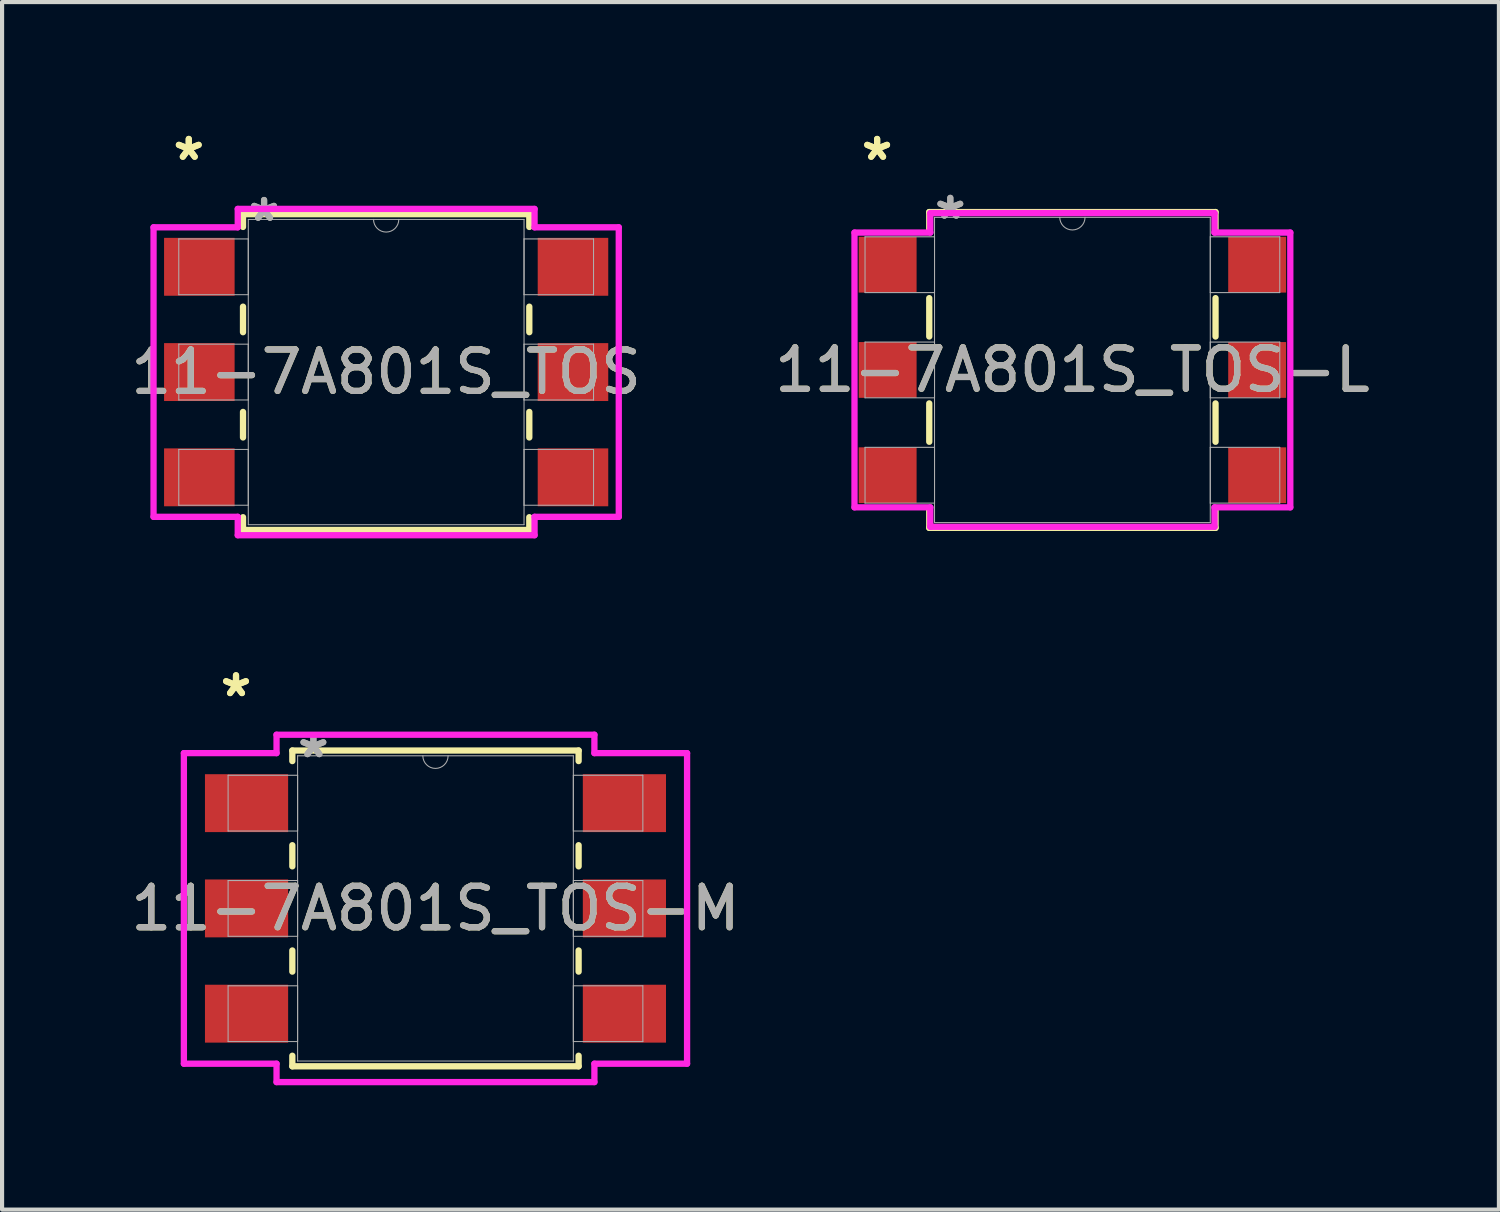
<source format=kicad_pcb>
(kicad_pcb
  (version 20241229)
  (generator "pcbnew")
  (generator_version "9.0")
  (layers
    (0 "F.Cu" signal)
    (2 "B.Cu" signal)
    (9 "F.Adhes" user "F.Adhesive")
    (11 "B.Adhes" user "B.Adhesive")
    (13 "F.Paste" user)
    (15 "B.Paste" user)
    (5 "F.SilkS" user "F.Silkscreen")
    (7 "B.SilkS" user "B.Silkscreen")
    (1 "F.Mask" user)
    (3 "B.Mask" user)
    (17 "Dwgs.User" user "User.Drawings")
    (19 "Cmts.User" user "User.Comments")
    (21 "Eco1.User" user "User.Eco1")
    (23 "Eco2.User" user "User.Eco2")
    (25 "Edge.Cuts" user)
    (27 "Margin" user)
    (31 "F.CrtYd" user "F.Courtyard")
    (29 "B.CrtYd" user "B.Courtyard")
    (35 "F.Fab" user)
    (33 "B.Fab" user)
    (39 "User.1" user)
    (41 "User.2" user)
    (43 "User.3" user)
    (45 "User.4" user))
  (footprint "11-7A801S_TOS"
    (layer "F.Cu")
    (at 6.268 5.928)
    (property "Reference" "11-7A801S_TOS" (at 0 0 0) (unlocked yes) (layer "F.SilkS") (effects (font (size 1 1) (thickness 0.15))))
    (attr smd)
    (fp_line (start -3.454 -3.81) (end -3.454 -3.502) (stroke (width 0.152) (type solid)) (layer "F.SilkS"))
    (fp_line (start -3.454 -1.578) (end -3.454 -0.962) (stroke (width 0.152) (type solid)) (layer "F.SilkS"))
    (fp_line (start -3.454 0.962) (end -3.454 1.578) (stroke (width 0.152) (type solid)) (layer "F.SilkS"))
    (fp_line (start -3.454 3.502) (end -3.454 3.81) (stroke (width 0.152) (type solid)) (layer "F.SilkS"))
    (fp_line (start -3.454 3.81) (end 3.454 3.81) (stroke (width 0.152) (type solid)) (layer "F.SilkS"))
    (fp_line (start 3.454 -3.81) (end -3.454 -3.81) (stroke (width 0.152) (type solid)) (layer "F.SilkS"))
    (fp_line (start 3.454 -3.502) (end 3.454 -3.81) (stroke (width 0.152) (type solid)) (layer "F.SilkS"))
    (fp_line (start 3.454 -0.962) (end 3.454 -1.578) (stroke (width 0.152) (type solid)) (layer "F.SilkS"))
    (fp_line (start 3.454 1.578) (end 3.454 0.962) (stroke (width 0.152) (type solid)) (layer "F.SilkS"))
    (fp_line (start 3.454 3.81) (end 3.454 3.502) (stroke (width 0.152) (type solid)) (layer "F.SilkS"))
    (fp_line (start -5.613 -3.493) (end -3.581 -3.493) (stroke (width 0.152) (type solid)) (layer "F.CrtYd"))
    (fp_line (start -5.613 3.493) (end -5.613 -3.493) (stroke (width 0.152) (type solid)) (layer "F.CrtYd"))
    (fp_line (start -5.613 3.493) (end -3.581 3.493) (stroke (width 0.152) (type solid)) (layer "F.CrtYd"))
    (fp_line (start -3.581 -3.937) (end 3.581 -3.937) (stroke (width 0.152) (type solid)) (layer "F.CrtYd"))
    (fp_line (start -3.581 -3.493) (end -3.581 -3.937) (stroke (width 0.152) (type solid)) (layer "F.CrtYd"))
    (fp_line (start -3.581 3.937) (end -3.581 3.493) (stroke (width 0.152) (type solid)) (layer "F.CrtYd"))
    (fp_line (start 3.581 -3.937) (end 3.581 -3.493) (stroke (width 0.152) (type solid)) (layer "F.CrtYd"))
    (fp_line (start 3.581 3.493) (end 3.581 3.937) (stroke (width 0.152) (type solid)) (layer "F.CrtYd"))
    (fp_line (start 3.581 3.937) (end -3.581 3.937) (stroke (width 0.152) (type solid)) (layer "F.CrtYd"))
    (fp_line (start 5.613 -3.493) (end 3.581 -3.493) (stroke (width 0.152) (type solid)) (layer "F.CrtYd"))
    (fp_line (start 5.613 -3.493) (end 5.613 3.493) (stroke (width 0.152) (type solid)) (layer "F.CrtYd"))
    (fp_line (start 5.613 3.493) (end 3.581 3.493) (stroke (width 0.152) (type solid)) (layer "F.CrtYd"))
    (fp_line (start -5.004 -3.213) (end -5.004 -1.867) (stroke (width 0.025) (type solid)) (layer "F.Fab"))
    (fp_line (start -5.004 -1.867) (end -3.327 -1.867) (stroke (width 0.025) (type solid)) (layer "F.Fab"))
    (fp_line (start -5.004 -0.673) (end -5.004 0.673) (stroke (width 0.025) (type solid)) (layer "F.Fab"))
    (fp_line (start -5.004 0.673) (end -3.327 0.673) (stroke (width 0.025) (type solid)) (layer "F.Fab"))
    (fp_line (start -5.004 1.867) (end -5.004 3.213) (stroke (width 0.025) (type solid)) (layer "F.Fab"))
    (fp_line (start -5.004 3.213) (end -3.327 3.213) (stroke (width 0.025) (type solid)) (layer "F.Fab"))
    (fp_line (start -3.327 -3.683) (end -3.327 3.683) (stroke (width 0.025) (type solid)) (layer "F.Fab"))
    (fp_line (start -3.327 -3.213) (end -5.004 -3.213) (stroke (width 0.025) (type solid)) (layer "F.Fab"))
    (fp_line (start -3.327 -1.867) (end -3.327 -3.213) (stroke (width 0.025) (type solid)) (layer "F.Fab"))
    (fp_line (start -3.327 -0.673) (end -5.004 -0.673) (stroke (width 0.025) (type solid)) (layer "F.Fab"))
    (fp_line (start -3.327 0.673) (end -3.327 -0.673) (stroke (width 0.025) (type solid)) (layer "F.Fab"))
    (fp_line (start -3.327 1.867) (end -5.004 1.867) (stroke (width 0.025) (type solid)) (layer "F.Fab"))
    (fp_line (start -3.327 3.213) (end -3.327 1.867) (stroke (width 0.025) (type solid)) (layer "F.Fab"))
    (fp_line (start -3.327 3.683) (end 3.327 3.683) (stroke (width 0.025) (type solid)) (layer "F.Fab"))
    (fp_line (start 3.327 -3.683) (end -3.327 -3.683) (stroke (width 0.025) (type solid)) (layer "F.Fab"))
    (fp_line (start 3.327 -3.213) (end 3.327 -1.867) (stroke (width 0.025) (type solid)) (layer "F.Fab"))
    (fp_line (start 3.327 -1.867) (end 5.004 -1.867) (stroke (width 0.025) (type solid)) (layer "F.Fab"))
    (fp_line (start 3.327 -0.673) (end 3.327 0.673) (stroke (width 0.025) (type solid)) (layer "F.Fab"))
    (fp_line (start 3.327 0.673) (end 5.004 0.673) (stroke (width 0.025) (type solid)) (layer "F.Fab"))
    (fp_line (start 3.327 1.867) (end 3.327 3.213) (stroke (width 0.025) (type solid)) (layer "F.Fab"))
    (fp_line (start 3.327 3.213) (end 5.004 3.213) (stroke (width 0.025) (type solid)) (layer "F.Fab"))
    (fp_line (start 3.327 3.683) (end 3.327 -3.683) (stroke (width 0.025) (type solid)) (layer "F.Fab"))
    (fp_line (start 5.004 -3.213) (end 3.327 -3.213) (stroke (width 0.025) (type solid)) (layer "F.Fab"))
    (fp_line (start 5.004 -1.867) (end 5.004 -3.213) (stroke (width 0.025) (type solid)) (layer "F.Fab"))
    (fp_line (start 5.004 -0.673) (end 3.327 -0.673) (stroke (width 0.025) (type solid)) (layer "F.Fab"))
    (fp_line (start 5.004 0.673) (end 5.004 -0.673) (stroke (width 0.025) (type solid)) (layer "F.Fab"))
    (fp_line (start 5.004 1.867) (end 3.327 1.867) (stroke (width 0.025) (type solid)) (layer "F.Fab"))
    (fp_line (start 5.004 3.213) (end 5.004 1.867) (stroke (width 0.025) (type solid)) (layer "F.Fab"))
    (fp_arc (start 0.3048 -3.683) (mid 0 -3.3782) (end -0.3048 -3.683) (stroke (width 0.0254) (type solid)) (layer "F.Fab"))
    (fp_text user "*" (at -4.763 -5.08 0) (layer "F.SilkS") (effects (font (size 1 1) (thickness 0.15))))
    (fp_text user "*" (at -4.763 -5.08 0) (unlocked yes) (layer "F.SilkS") (effects (font (size 1 1) (thickness 0.15))))
    (fp_text user "${REFERENCE}" (at 0 0 0) (unlocked yes) (layer "F.Fab") (effects (font (size 1 1) (thickness 0.15))))
    (fp_text user "*" (at -2.946 -3.607 0) (unlocked yes) (layer "F.Fab") (effects (font (size 1 1) (thickness 0.15))))
    (fp_text user "*" (at -2.946 -3.607 0) (layer "F.Fab") (effects (font (size 1 1) (thickness 0.15))))
    (pad "1" smd rect (at -4.508 -2.54) (size 1.702 1.397) (layers "F.Cu" "F.Mask" "F.Paste"))
    (pad "2" smd rect (at -4.508 0) (size 1.702 1.397) (layers "F.Cu" "F.Mask" "F.Paste"))
    (pad "3" smd rect (at -4.508 2.54) (size 1.702 1.397) (layers "F.Cu" "F.Mask" "F.Paste"))
    (pad "4" smd rect (at 4.508 2.54) (size 1.702 1.397) (layers "F.Cu" "F.Mask" "F.Paste"))
    (pad "5" smd rect (at 4.508 0) (size 1.702 1.397) (layers "F.Cu" "F.Mask" "F.Paste"))
    (pad "6" smd rect (at 4.508 -2.54) (size 1.702 1.397) (layers "F.Cu" "F.Mask" "F.Paste")))
  (footprint "11-7A801S_TOS-M"
    (layer "F.Cu")
    (at 7.458 18.87)
    (property "Reference" "11-7A801S_TOS-M" (at 0 0 0) (unlocked yes) (layer "F.SilkS") (effects (font (size 1 1) (thickness 0.15))))
    (attr smd)
    (fp_line (start -3.454 -3.81) (end -3.454 -3.555) (stroke (width 0.152) (type solid)) (layer "F.SilkS"))
    (fp_line (start -3.454 -1.525) (end -3.454 -1.015) (stroke (width 0.152) (type solid)) (layer "F.SilkS"))
    (fp_line (start -3.454 1.015) (end -3.454 1.525) (stroke (width 0.152) (type solid)) (layer "F.SilkS"))
    (fp_line (start -3.454 3.555) (end -3.454 3.81) (stroke (width 0.152) (type solid)) (layer "F.SilkS"))
    (fp_line (start -3.454 3.81) (end 3.454 3.81) (stroke (width 0.152) (type solid)) (layer "F.SilkS"))
    (fp_line (start 3.454 -3.81) (end -3.454 -3.81) (stroke (width 0.152) (type solid)) (layer "F.SilkS"))
    (fp_line (start 3.454 -3.555) (end 3.454 -3.81) (stroke (width 0.152) (type solid)) (layer "F.SilkS"))
    (fp_line (start 3.454 -1.015) (end 3.454 -1.525) (stroke (width 0.152) (type solid)) (layer "F.SilkS"))
    (fp_line (start 3.454 1.525) (end 3.454 1.015) (stroke (width 0.152) (type solid)) (layer "F.SilkS"))
    (fp_line (start 3.454 3.81) (end 3.454 3.555) (stroke (width 0.152) (type solid)) (layer "F.SilkS"))
    (fp_line (start -6.071 -3.747) (end -3.835 -3.747) (stroke (width 0.152) (type solid)) (layer "F.CrtYd"))
    (fp_line (start -6.071 3.747) (end -6.071 -3.747) (stroke (width 0.152) (type solid)) (layer "F.CrtYd"))
    (fp_line (start -6.071 3.747) (end -3.835 3.747) (stroke (width 0.152) (type solid)) (layer "F.CrtYd"))
    (fp_line (start -3.835 -4.191) (end 3.835 -4.191) (stroke (width 0.152) (type solid)) (layer "F.CrtYd"))
    (fp_line (start -3.835 -3.747) (end -3.835 -4.191) (stroke (width 0.152) (type solid)) (layer "F.CrtYd"))
    (fp_line (start -3.835 4.191) (end -3.835 3.747) (stroke (width 0.152) (type solid)) (layer "F.CrtYd"))
    (fp_line (start 3.835 -4.191) (end 3.835 -3.747) (stroke (width 0.152) (type solid)) (layer "F.CrtYd"))
    (fp_line (start 3.835 3.747) (end 3.835 4.191) (stroke (width 0.152) (type solid)) (layer "F.CrtYd"))
    (fp_line (start 3.835 4.191) (end -3.835 4.191) (stroke (width 0.152) (type solid)) (layer "F.CrtYd"))
    (fp_line (start 6.071 -3.747) (end 3.835 -3.747) (stroke (width 0.152) (type solid)) (layer "F.CrtYd"))
    (fp_line (start 6.071 -3.747) (end 6.071 3.747) (stroke (width 0.152) (type solid)) (layer "F.CrtYd"))
    (fp_line (start 6.071 3.747) (end 3.835 3.747) (stroke (width 0.152) (type solid)) (layer "F.CrtYd"))
    (fp_line (start -5.004 -3.213) (end -5.004 -1.867) (stroke (width 0.025) (type solid)) (layer "F.Fab"))
    (fp_line (start -5.004 -1.867) (end -3.327 -1.867) (stroke (width 0.025) (type solid)) (layer "F.Fab"))
    (fp_line (start -5.004 -0.673) (end -5.004 0.673) (stroke (width 0.025) (type solid)) (layer "F.Fab"))
    (fp_line (start -5.004 0.673) (end -3.327 0.673) (stroke (width 0.025) (type solid)) (layer "F.Fab"))
    (fp_line (start -5.004 1.867) (end -5.004 3.213) (stroke (width 0.025) (type solid)) (layer "F.Fab"))
    (fp_line (start -5.004 3.213) (end -3.327 3.213) (stroke (width 0.025) (type solid)) (layer "F.Fab"))
    (fp_line (start -3.327 -3.683) (end -3.327 3.683) (stroke (width 0.025) (type solid)) (layer "F.Fab"))
    (fp_line (start -3.327 -3.213) (end -5.004 -3.213) (stroke (width 0.025) (type solid)) (layer "F.Fab"))
    (fp_line (start -3.327 -1.867) (end -3.327 -3.213) (stroke (width 0.025) (type solid)) (layer "F.Fab"))
    (fp_line (start -3.327 -0.673) (end -5.004 -0.673) (stroke (width 0.025) (type solid)) (layer "F.Fab"))
    (fp_line (start -3.327 0.673) (end -3.327 -0.673) (stroke (width 0.025) (type solid)) (layer "F.Fab"))
    (fp_line (start -3.327 1.867) (end -5.004 1.867) (stroke (width 0.025) (type solid)) (layer "F.Fab"))
    (fp_line (start -3.327 3.213) (end -3.327 1.867) (stroke (width 0.025) (type solid)) (layer "F.Fab"))
    (fp_line (start -3.327 3.683) (end 3.327 3.683) (stroke (width 0.025) (type solid)) (layer "F.Fab"))
    (fp_line (start 3.327 -3.683) (end -3.327 -3.683) (stroke (width 0.025) (type solid)) (layer "F.Fab"))
    (fp_line (start 3.327 -3.213) (end 3.327 -1.867) (stroke (width 0.025) (type solid)) (layer "F.Fab"))
    (fp_line (start 3.327 -1.867) (end 5.004 -1.867) (stroke (width 0.025) (type solid)) (layer "F.Fab"))
    (fp_line (start 3.327 -0.673) (end 3.327 0.673) (stroke (width 0.025) (type solid)) (layer "F.Fab"))
    (fp_line (start 3.327 0.673) (end 5.004 0.673) (stroke (width 0.025) (type solid)) (layer "F.Fab"))
    (fp_line (start 3.327 1.867) (end 3.327 3.213) (stroke (width 0.025) (type solid)) (layer "F.Fab"))
    (fp_line (start 3.327 3.213) (end 5.004 3.213) (stroke (width 0.025) (type solid)) (layer "F.Fab"))
    (fp_line (start 3.327 3.683) (end 3.327 -3.683) (stroke (width 0.025) (type solid)) (layer "F.Fab"))
    (fp_line (start 5.004 -3.213) (end 3.327 -3.213) (stroke (width 0.025) (type solid)) (layer "F.Fab"))
    (fp_line (start 5.004 -1.867) (end 5.004 -3.213) (stroke (width 0.025) (type solid)) (layer "F.Fab"))
    (fp_line (start 5.004 -0.673) (end 3.327 -0.673) (stroke (width 0.025) (type solid)) (layer "F.Fab"))
    (fp_line (start 5.004 0.673) (end 5.004 -0.673) (stroke (width 0.025) (type solid)) (layer "F.Fab"))
    (fp_line (start 5.004 1.867) (end 3.327 1.867) (stroke (width 0.025) (type solid)) (layer "F.Fab"))
    (fp_line (start 5.004 3.213) (end 5.004 1.867) (stroke (width 0.025) (type solid)) (layer "F.Fab"))
    (fp_arc (start 0.3048 -3.683) (mid 0 -3.3782) (end -0.3048 -3.683) (stroke (width 0.0254) (type solid)) (layer "F.Fab"))
    (fp_text user "*" (at -4.813 -5.08 0) (unlocked yes) (layer "F.SilkS") (effects (font (size 1 1) (thickness 0.15))))
    (fp_text user "*" (at -4.813 -5.08 0) (layer "F.SilkS") (effects (font (size 1 1) (thickness 0.15))))
    (fp_text user "${REFERENCE}" (at 0 0 0) (unlocked yes) (layer "F.Fab") (effects (font (size 1 1) (thickness 0.15))))
    (fp_text user "*" (at -2.946 -3.607 0) (layer "F.Fab") (effects (font (size 1 1) (thickness 0.15))))
    (fp_text user "*" (at -2.946 -3.607 0) (unlocked yes) (layer "F.Fab") (effects (font (size 1 1) (thickness 0.15))))
    (pad "1" smd rect (at -4.559 -2.54) (size 2.007 1.397) (layers "F.Cu" "F.Mask" "F.Paste"))
    (pad "2" smd rect (at -4.559 0) (size 2.007 1.397) (layers "F.Cu" "F.Mask" "F.Paste"))
    (pad "3" smd rect (at -4.559 2.54) (size 2.007 1.397) (layers "F.Cu" "F.Mask" "F.Paste"))
    (pad "4" smd rect (at 4.559 2.54) (size 2.007 1.397) (layers "F.Cu" "F.Mask" "F.Paste"))
    (pad "5" smd rect (at 4.559 0) (size 2.007 1.397) (layers "F.Cu" "F.Mask" "F.Paste"))
    (pad "6" smd rect (at 4.559 -2.54) (size 2.007 1.397) (layers "F.Cu" "F.Mask" "F.Paste")))
  (footprint "11-7A801S_TOS-L"
    (layer "F.Cu")
    (at 22.827 5.877)
    (property "Reference" "11-7A801S_TOS-L" (at 0 0 0) (unlocked yes) (layer "F.SilkS") (effects (font (size 1 1) (thickness 0.15))))
    (attr smd)
    (fp_line (start -3.454 -3.81) (end -3.454 -3.347) (stroke (width 0.152) (type solid)) (layer "F.SilkS"))
    (fp_line (start -3.454 -1.733) (end -3.454 -0.807) (stroke (width 0.152) (type solid)) (layer "F.SilkS"))
    (fp_line (start -3.454 0.807) (end -3.454 1.733) (stroke (width 0.152) (type solid)) (layer "F.SilkS"))
    (fp_line (start -3.454 3.347) (end -3.454 3.81) (stroke (width 0.152) (type solid)) (layer "F.SilkS"))
    (fp_line (start -3.454 3.81) (end 3.454 3.81) (stroke (width 0.152) (type solid)) (layer "F.SilkS"))
    (fp_line (start 3.454 -3.81) (end -3.454 -3.81) (stroke (width 0.152) (type solid)) (layer "F.SilkS"))
    (fp_line (start 3.454 -3.347) (end 3.454 -3.81) (stroke (width 0.152) (type solid)) (layer "F.SilkS"))
    (fp_line (start 3.454 -0.807) (end 3.454 -1.733) (stroke (width 0.152) (type solid)) (layer "F.SilkS"))
    (fp_line (start 3.454 1.733) (end 3.454 0.807) (stroke (width 0.152) (type solid)) (layer "F.SilkS"))
    (fp_line (start 3.454 3.81) (end 3.454 3.347) (stroke (width 0.152) (type solid)) (layer "F.SilkS"))
    (fp_line (start -5.258 -3.315) (end -3.429 -3.315) (stroke (width 0.152) (type solid)) (layer "F.CrtYd"))
    (fp_line (start -5.258 3.315) (end -5.258 -3.315) (stroke (width 0.152) (type solid)) (layer "F.CrtYd"))
    (fp_line (start -5.258 3.315) (end -3.429 3.315) (stroke (width 0.152) (type solid)) (layer "F.CrtYd"))
    (fp_line (start -3.429 -3.785) (end 3.429 -3.785) (stroke (width 0.152) (type solid)) (layer "F.CrtYd"))
    (fp_line (start -3.429 -3.315) (end -3.429 -3.785) (stroke (width 0.152) (type solid)) (layer "F.CrtYd"))
    (fp_line (start -3.429 3.785) (end -3.429 3.315) (stroke (width 0.152) (type solid)) (layer "F.CrtYd"))
    (fp_line (start 3.429 -3.785) (end 3.429 -3.315) (stroke (width 0.152) (type solid)) (layer "F.CrtYd"))
    (fp_line (start 3.429 3.315) (end 3.429 3.785) (stroke (width 0.152) (type solid)) (layer "F.CrtYd"))
    (fp_line (start 3.429 3.785) (end -3.429 3.785) (stroke (width 0.152) (type solid)) (layer "F.CrtYd"))
    (fp_line (start 5.258 -3.315) (end 3.429 -3.315) (stroke (width 0.152) (type solid)) (layer "F.CrtYd"))
    (fp_line (start 5.258 -3.315) (end 5.258 3.315) (stroke (width 0.152) (type solid)) (layer "F.CrtYd"))
    (fp_line (start 5.258 3.315) (end 3.429 3.315) (stroke (width 0.152) (type solid)) (layer "F.CrtYd"))
    (fp_line (start -5.004 -3.213) (end -5.004 -1.867) (stroke (width 0.025) (type solid)) (layer "F.Fab"))
    (fp_line (start -5.004 -1.867) (end -3.327 -1.867) (stroke (width 0.025) (type solid)) (layer "F.Fab"))
    (fp_line (start -5.004 -0.673) (end -5.004 0.673) (stroke (width 0.025) (type solid)) (layer "F.Fab"))
    (fp_line (start -5.004 0.673) (end -3.327 0.673) (stroke (width 0.025) (type solid)) (layer "F.Fab"))
    (fp_line (start -5.004 1.867) (end -5.004 3.213) (stroke (width 0.025) (type solid)) (layer "F.Fab"))
    (fp_line (start -5.004 3.213) (end -3.327 3.213) (stroke (width 0.025) (type solid)) (layer "F.Fab"))
    (fp_line (start -3.327 -3.683) (end -3.327 3.683) (stroke (width 0.025) (type solid)) (layer "F.Fab"))
    (fp_line (start -3.327 -3.213) (end -5.004 -3.213) (stroke (width 0.025) (type solid)) (layer "F.Fab"))
    (fp_line (start -3.327 -1.867) (end -3.327 -3.213) (stroke (width 0.025) (type solid)) (layer "F.Fab"))
    (fp_line (start -3.327 -0.673) (end -5.004 -0.673) (stroke (width 0.025) (type solid)) (layer "F.Fab"))
    (fp_line (start -3.327 0.673) (end -3.327 -0.673) (stroke (width 0.025) (type solid)) (layer "F.Fab"))
    (fp_line (start -3.327 1.867) (end -5.004 1.867) (stroke (width 0.025) (type solid)) (layer "F.Fab"))
    (fp_line (start -3.327 3.213) (end -3.327 1.867) (stroke (width 0.025) (type solid)) (layer "F.Fab"))
    (fp_line (start -3.327 3.683) (end 3.327 3.683) (stroke (width 0.025) (type solid)) (layer "F.Fab"))
    (fp_line (start 3.327 -3.683) (end -3.327 -3.683) (stroke (width 0.025) (type solid)) (layer "F.Fab"))
    (fp_line (start 3.327 -3.213) (end 3.327 -1.867) (stroke (width 0.025) (type solid)) (layer "F.Fab"))
    (fp_line (start 3.327 -1.867) (end 5.004 -1.867) (stroke (width 0.025) (type solid)) (layer "F.Fab"))
    (fp_line (start 3.327 -0.673) (end 3.327 0.673) (stroke (width 0.025) (type solid)) (layer "F.Fab"))
    (fp_line (start 3.327 0.673) (end 5.004 0.673) (stroke (width 0.025) (type solid)) (layer "F.Fab"))
    (fp_line (start 3.327 1.867) (end 3.327 3.213) (stroke (width 0.025) (type solid)) (layer "F.Fab"))
    (fp_line (start 3.327 3.213) (end 5.004 3.213) (stroke (width 0.025) (type solid)) (layer "F.Fab"))
    (fp_line (start 3.327 3.683) (end 3.327 -3.683) (stroke (width 0.025) (type solid)) (layer "F.Fab"))
    (fp_line (start 5.004 -3.213) (end 3.327 -3.213) (stroke (width 0.025) (type solid)) (layer "F.Fab"))
    (fp_line (start 5.004 -1.867) (end 5.004 -3.213) (stroke (width 0.025) (type solid)) (layer "F.Fab"))
    (fp_line (start 5.004 -0.673) (end 3.327 -0.673) (stroke (width 0.025) (type solid)) (layer "F.Fab"))
    (fp_line (start 5.004 0.673) (end 5.004 -0.673) (stroke (width 0.025) (type solid)) (layer "F.Fab"))
    (fp_line (start 5.004 1.867) (end 3.327 1.867) (stroke (width 0.025) (type solid)) (layer "F.Fab"))
    (fp_line (start 5.004 3.213) (end 5.004 1.867) (stroke (width 0.025) (type solid)) (layer "F.Fab"))
    (fp_arc (start 0.3048 -3.683) (mid 0 -3.3782) (end -0.3048 -3.683) (stroke (width 0.0254) (type solid)) (layer "F.Fab"))
    (fp_text user "*" (at -4.712 -5.029 0) (layer "F.SilkS") (effects (font (size 1 1) (thickness 0.15))))
    (fp_text user "*" (at -4.712 -5.029 0) (unlocked yes) (layer "F.SilkS") (effects (font (size 1 1) (thickness 0.15))))
    (fp_text user "${REFERENCE}" (at 0 0 0) (unlocked yes) (layer "F.Fab") (effects (font (size 1 1) (thickness 0.15))))
    (fp_text user "*" (at -2.946 -3.607 0) (unlocked yes) (layer "F.Fab") (effects (font (size 1 1) (thickness 0.15))))
    (fp_text user "*" (at -2.946 -3.607 0) (layer "F.Fab") (effects (font (size 1 1) (thickness 0.15))))
    (pad "1" smd rect (at -4.458 -2.54) (size 1.397 1.346) (layers "F.Cu" "F.Mask" "F.Paste"))
    (pad "2" smd rect (at -4.458 0) (size 1.397 1.346) (layers "F.Cu" "F.Mask" "F.Paste"))
    (pad "3" smd rect (at -4.458 2.54) (size 1.397 1.346) (layers "F.Cu" "F.Mask" "F.Paste"))
    (pad "4" smd rect (at 4.458 2.54) (size 1.397 1.346) (layers "F.Cu" "F.Mask" "F.Paste"))
    (pad "5" smd rect (at 4.458 0) (size 1.397 1.346) (layers "F.Cu" "F.Mask" "F.Paste"))
    (pad "6" smd rect (at 4.458 -2.54) (size 1.397 1.346) (layers "F.Cu" "F.Mask" "F.Paste")))
  (gr_rect
    (start -3 -3)
    (end 33.119 26.137)
    (stroke (width 0.1) (type default))
    (fill no)
    (layer "Edge.Cuts")))
</source>
